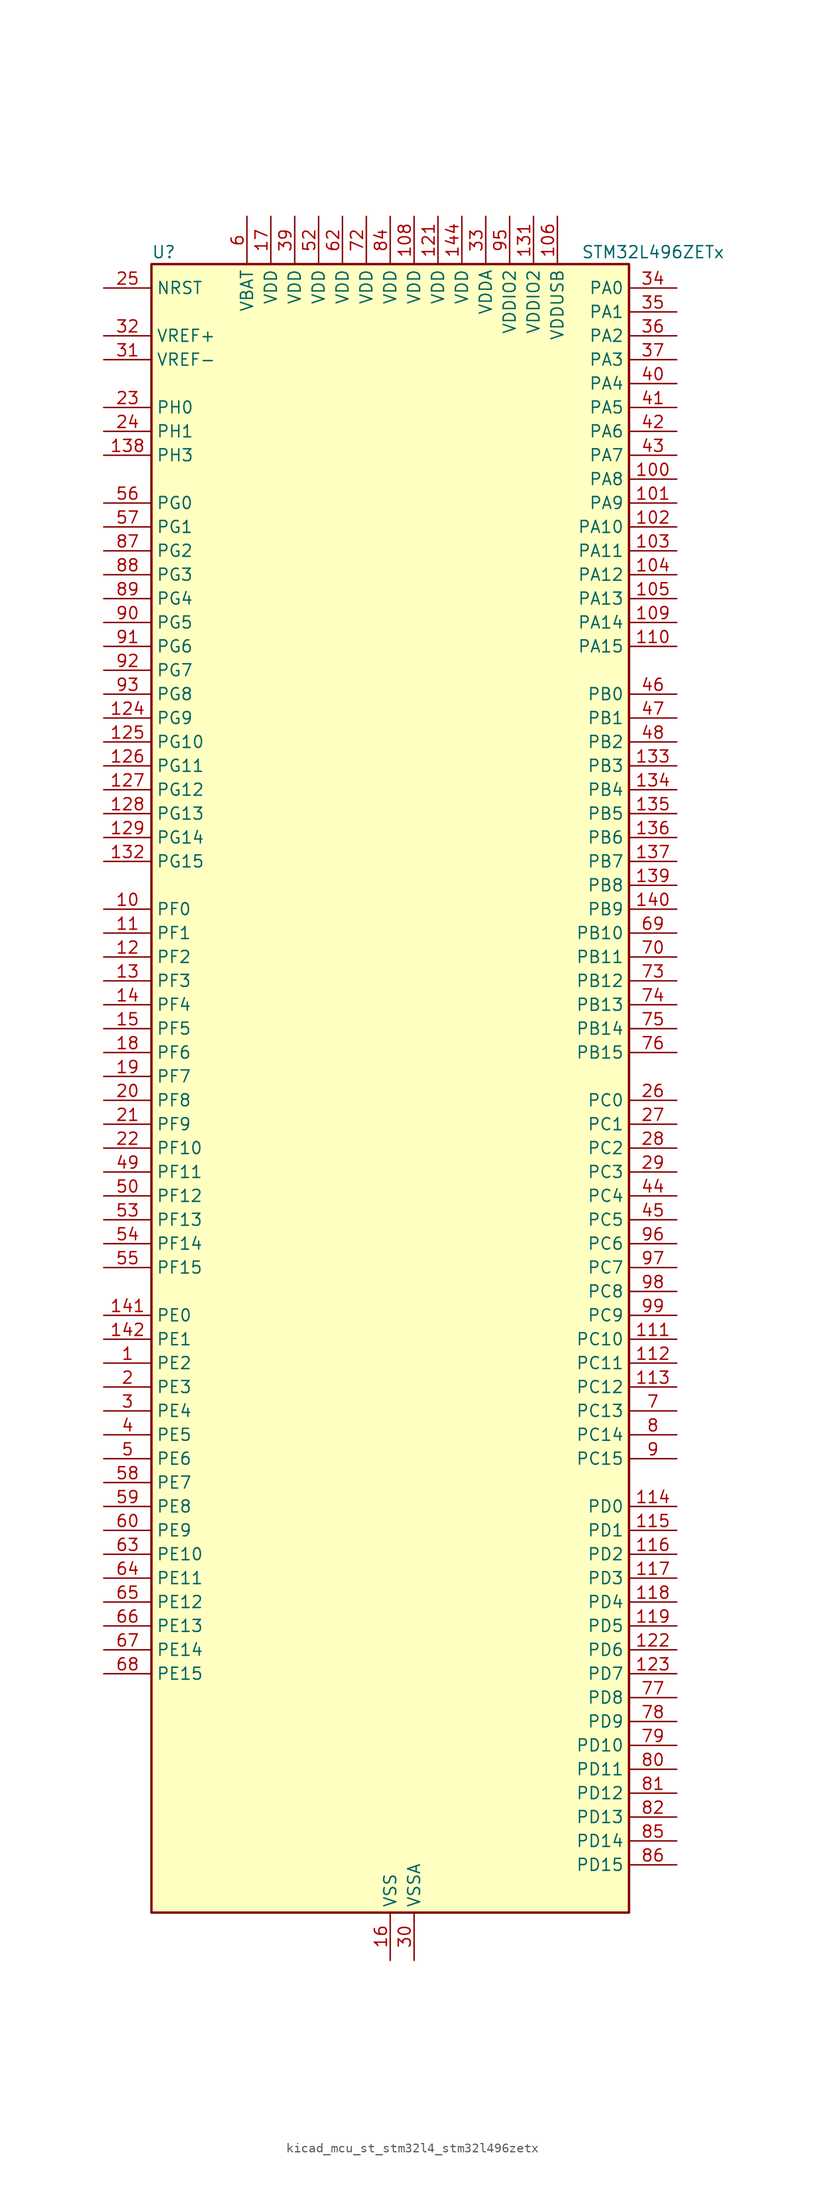
<source format=kicad_sym>
(kicad_symbol_lib
  (version 20220914)
  (generator kicad_symbol_editor)
  (symbol "kicad_mcu_st_stm32l4_stm32l496zetx"
    (property "Reference" "U"
      (at -25.4 90.17 0)
      (effects (font (size 1.27 1.27)) (justify left)))
    (property "Value" "STM32L496ZETx"
      (at 20.32 90.17 0)
      (effects (font (size 1.27 1.27)) (justify left)))
    (property "ki_locked" ""
      (at 0 0 0)
      (effects (font (size 1.27 1.27))))
    (symbol "kicad_mcu_st_stm32l4_stm32l496zetx_0_1"
      (rectangle (start -25.4 -86.36) (end 25.4 88.9) (stroke (width 0.254) (type default)) (fill (type background))))
    (symbol "kicad_mcu_st_stm32l4_stm32l496zetx_1_1"
      (pin bidirectional line (at -30.48 -27.94 0) (length 5.08) (name "PE2" (effects (font (size 1.27 1.27)))) (number "1" (effects (font (size 1.27 1.27)))) (alternate "FMC_A23" bidirectional line) (alternate "LCD_SEG38" bidirectional line) (alternate "SAI1_MCLK_A" bidirectional line) (alternate "SYS_TRACECLK" bidirectional line) (alternate "TIM3_ETR" bidirectional line) (alternate "TSC_G7_IO1" bidirectional line))
      (pin bidirectional line (at -30.48 20.32 0) (length 5.08) (name "PF0" (effects (font (size 1.27 1.27)))) (number "10" (effects (font (size 1.27 1.27)))) (alternate "FMC_A0" bidirectional line) (alternate "I2C2_SDA" bidirectional line))
      (pin bidirectional line (at 30.48 66.04 180) (length 5.08) (name "PA8" (effects (font (size 1.27 1.27)))) (number "100" (effects (font (size 1.27 1.27)))) (alternate "LCD_COM0" bidirectional line) (alternate "LPTIM2_OUT" bidirectional line) (alternate "RCC_MCO" bidirectional line) (alternate "SAI1_SCK_A" bidirectional line) (alternate "SWPMI1_IO" bidirectional line) (alternate "TIM1_CH1" bidirectional line) (alternate "USART1_CK" bidirectional line) (alternate "USB_OTG_FS_SOF" bidirectional line))
      (pin bidirectional line (at 30.48 63.5 180) (length 5.08) (name "PA9" (effects (font (size 1.27 1.27)))) (number "101" (effects (font (size 1.27 1.27)))) (alternate "DAC1_EXTI9" bidirectional line) (alternate "DCMI_D0" bidirectional line) (alternate "LCD_COM1" bidirectional line) (alternate "SAI1_FS_A" bidirectional line) (alternate "SPI2_SCK" bidirectional line) (alternate "TIM15_BKIN" bidirectional line) (alternate "TIM1_CH2" bidirectional line) (alternate "USART1_TX" bidirectional line) (alternate "USB_OTG_FS_VBUS" bidirectional line))
      (pin bidirectional line (at 30.48 60.96 180) (length 5.08) (name "PA10" (effects (font (size 1.27 1.27)))) (number "102" (effects (font (size 1.27 1.27)))) (alternate "DCMI_D1" bidirectional line) (alternate "LCD_COM2" bidirectional line) (alternate "SAI1_SD_A" bidirectional line) (alternate "TIM17_BKIN" bidirectional line) (alternate "TIM1_CH3" bidirectional line) (alternate "USART1_RX" bidirectional line) (alternate "USB_OTG_FS_ID" bidirectional line))
      (pin bidirectional line (at 30.48 58.42 180) (length 5.08) (name "PA11" (effects (font (size 1.27 1.27)))) (number "103" (effects (font (size 1.27 1.27)))) (alternate "ADC1_EXTI11" bidirectional line) (alternate "ADC2_EXTI11" bidirectional line) (alternate "ADC3_EXTI11" bidirectional line) (alternate "CAN1_RX" bidirectional line) (alternate "SPI1_MISO" bidirectional line) (alternate "TIM1_BKIN2" bidirectional line) (alternate "TIM1_BKIN2_COMP1" bidirectional line) (alternate "TIM1_CH4" bidirectional line) (alternate "USART1_CTS" bidirectional line) (alternate "USB_OTG_FS_DM" bidirectional line))
      (pin bidirectional line (at 30.48 55.88 180) (length 5.08) (name "PA12" (effects (font (size 1.27 1.27)))) (number "104" (effects (font (size 1.27 1.27)))) (alternate "CAN1_TX" bidirectional line) (alternate "SPI1_MOSI" bidirectional line) (alternate "TIM1_ETR" bidirectional line) (alternate "USART1_DE" bidirectional line) (alternate "USART1_RTS" bidirectional line) (alternate "USB_OTG_FS_DP" bidirectional line))
      (pin bidirectional line (at 30.48 53.34 180) (length 5.08) (name "PA13" (effects (font (size 1.27 1.27)))) (number "105" (effects (font (size 1.27 1.27)))) (alternate "IR_OUT" bidirectional line) (alternate "SAI1_SD_B" bidirectional line) (alternate "SWPMI1_TX" bidirectional line) (alternate "SYS_JTMS-SWDIO" bidirectional line) (alternate "USB_OTG_FS_NOE" bidirectional line))
      (pin power_in line (at 17.78 93.98 270) (length 5.08) (name "VDDUSB" (effects (font (size 1.27 1.27)))) (number "106" (effects (font (size 1.27 1.27)))))
      (pin passive line (at 0 -91.44 90) (length 5.08) hide (name "VSS" (effects (font (size 1.27 1.27)))) (number "107" (effects (font (size 1.27 1.27)))))
      (pin power_in line (at 2.54 93.98 270) (length 5.08) (name "VDD" (effects (font (size 1.27 1.27)))) (number "108" (effects (font (size 1.27 1.27)))))
      (pin bidirectional line (at 30.48 50.8 180) (length 5.08) (name "PA14" (effects (font (size 1.27 1.27)))) (number "109" (effects (font (size 1.27 1.27)))) (alternate "I2C1_SMBA" bidirectional line) (alternate "I2C4_SMBA" bidirectional line) (alternate "LPTIM1_OUT" bidirectional line) (alternate "SAI1_FS_B" bidirectional line) (alternate "SWPMI1_RX" bidirectional line) (alternate "SYS_JTCK-SWCLK" bidirectional line) (alternate "USB_OTG_FS_SOF" bidirectional line))
      (pin bidirectional line (at -30.48 17.78 0) (length 5.08) (name "PF1" (effects (font (size 1.27 1.27)))) (number "11" (effects (font (size 1.27 1.27)))) (alternate "FMC_A1" bidirectional line) (alternate "I2C2_SCL" bidirectional line))
      (pin bidirectional line (at 30.48 48.26 180) (length 5.08) (name "PA15" (effects (font (size 1.27 1.27)))) (number "110" (effects (font (size 1.27 1.27)))) (alternate "ADC1_EXTI15" bidirectional line) (alternate "ADC2_EXTI15" bidirectional line) (alternate "ADC3_EXTI15" bidirectional line) (alternate "LCD_SEG17" bidirectional line) (alternate "SAI2_FS_B" bidirectional line) (alternate "SPI1_NSS" bidirectional line) (alternate "SPI3_NSS" bidirectional line) (alternate "SWPMI1_SUSPEND" bidirectional line) (alternate "SYS_JTDI" bidirectional line) (alternate "TIM2_CH1" bidirectional line) (alternate "TIM2_ETR" bidirectional line) (alternate "TSC_G3_IO1" bidirectional line) (alternate "UART4_DE" bidirectional line) (alternate "UART4_RTS" bidirectional line) (alternate "USART2_RX" bidirectional line) (alternate "USART3_DE" bidirectional line) (alternate "USART3_RTS" bidirectional line))
      (pin bidirectional line (at 30.48 -25.4 180) (length 5.08) (name "PC10" (effects (font (size 1.27 1.27)))) (number "111" (effects (font (size 1.27 1.27)))) (alternate "DCMI_D8" bidirectional line) (alternate "LCD_COM4" bidirectional line) (alternate "LCD_SEG28" bidirectional line) (alternate "LCD_SEG40" bidirectional line) (alternate "SAI2_SCK_B" bidirectional line) (alternate "SDMMC1_D2" bidirectional line) (alternate "SPI3_SCK" bidirectional line) (alternate "SYS_TRACED1" bidirectional line) (alternate "TSC_G3_IO2" bidirectional line) (alternate "UART4_TX" bidirectional line) (alternate "USART3_TX" bidirectional line))
      (pin bidirectional line (at 30.48 -27.94 180) (length 5.08) (name "PC11" (effects (font (size 1.27 1.27)))) (number "112" (effects (font (size 1.27 1.27)))) (alternate "ADC1_EXTI11" bidirectional line) (alternate "ADC2_EXTI11" bidirectional line) (alternate "ADC3_EXTI11" bidirectional line) (alternate "DCMI_D4" bidirectional line) (alternate "LCD_COM5" bidirectional line) (alternate "LCD_SEG29" bidirectional line) (alternate "LCD_SEG41" bidirectional line) (alternate "QUADSPI_BK2_NCS" bidirectional line) (alternate "SAI2_MCLK_B" bidirectional line) (alternate "SDMMC1_D3" bidirectional line) (alternate "SPI3_MISO" bidirectional line) (alternate "TSC_G3_IO3" bidirectional line) (alternate "UART4_RX" bidirectional line) (alternate "USART3_RX" bidirectional line))
      (pin bidirectional line (at 30.48 -30.48 180) (length 5.08) (name "PC12" (effects (font (size 1.27 1.27)))) (number "113" (effects (font (size 1.27 1.27)))) (alternate "DCMI_D9" bidirectional line) (alternate "LCD_COM6" bidirectional line) (alternate "LCD_SEG30" bidirectional line) (alternate "LCD_SEG42" bidirectional line) (alternate "SAI2_SD_B" bidirectional line) (alternate "SDMMC1_CK" bidirectional line) (alternate "SPI3_MOSI" bidirectional line) (alternate "SYS_TRACED3" bidirectional line) (alternate "TSC_G3_IO4" bidirectional line) (alternate "UART5_TX" bidirectional line) (alternate "USART3_CK" bidirectional line))
      (pin bidirectional line (at 30.48 -43.18 180) (length 5.08) (name "PD0" (effects (font (size 1.27 1.27)))) (number "114" (effects (font (size 1.27 1.27)))) (alternate "CAN1_RX" bidirectional line) (alternate "DFSDM1_DATIN7" bidirectional line) (alternate "FMC_D2" bidirectional line) (alternate "FMC_DA2" bidirectional line) (alternate "SPI2_NSS" bidirectional line))
      (pin bidirectional line (at 30.48 -45.72 180) (length 5.08) (name "PD1" (effects (font (size 1.27 1.27)))) (number "115" (effects (font (size 1.27 1.27)))) (alternate "CAN1_TX" bidirectional line) (alternate "DFSDM1_CKIN7" bidirectional line) (alternate "FMC_D3" bidirectional line) (alternate "FMC_DA3" bidirectional line) (alternate "SPI2_SCK" bidirectional line))
      (pin bidirectional line (at 30.48 -48.26 180) (length 5.08) (name "PD2" (effects (font (size 1.27 1.27)))) (number "116" (effects (font (size 1.27 1.27)))) (alternate "DCMI_D11" bidirectional line) (alternate "LCD_COM7" bidirectional line) (alternate "LCD_SEG31" bidirectional line) (alternate "LCD_SEG43" bidirectional line) (alternate "SDMMC1_CMD" bidirectional line) (alternate "SYS_TRACED2" bidirectional line) (alternate "TIM3_ETR" bidirectional line) (alternate "TSC_SYNC" bidirectional line) (alternate "UART5_RX" bidirectional line) (alternate "USART3_DE" bidirectional line) (alternate "USART3_RTS" bidirectional line))
      (pin bidirectional line (at 30.48 -50.8 180) (length 5.08) (name "PD3" (effects (font (size 1.27 1.27)))) (number "117" (effects (font (size 1.27 1.27)))) (alternate "DCMI_D5" bidirectional line) (alternate "DFSDM1_DATIN0" bidirectional line) (alternate "FMC_CLK" bidirectional line) (alternate "QUADSPI_BK2_NCS" bidirectional line) (alternate "SPI2_MISO" bidirectional line) (alternate "SPI2_SCK" bidirectional line) (alternate "USART2_CTS" bidirectional line))
      (pin bidirectional line (at 30.48 -53.34 180) (length 5.08) (name "PD4" (effects (font (size 1.27 1.27)))) (number "118" (effects (font (size 1.27 1.27)))) (alternate "DFSDM1_CKIN0" bidirectional line) (alternate "FMC_NOE" bidirectional line) (alternate "QUADSPI_BK2_IO0" bidirectional line) (alternate "SPI2_MOSI" bidirectional line) (alternate "USART2_DE" bidirectional line) (alternate "USART2_RTS" bidirectional line))
      (pin bidirectional line (at 30.48 -55.88 180) (length 5.08) (name "PD5" (effects (font (size 1.27 1.27)))) (number "119" (effects (font (size 1.27 1.27)))) (alternate "FMC_NWE" bidirectional line) (alternate "QUADSPI_BK2_IO1" bidirectional line) (alternate "USART2_TX" bidirectional line))
      (pin bidirectional line (at -30.48 15.24 0) (length 5.08) (name "PF2" (effects (font (size 1.27 1.27)))) (number "12" (effects (font (size 1.27 1.27)))) (alternate "FMC_A2" bidirectional line) (alternate "I2C2_SMBA" bidirectional line))
      (pin passive line (at 0 -91.44 90) (length 5.08) hide (name "VSS" (effects (font (size 1.27 1.27)))) (number "120" (effects (font (size 1.27 1.27)))))
      (pin power_in line (at 5.08 93.98 270) (length 5.08) (name "VDD" (effects (font (size 1.27 1.27)))) (number "121" (effects (font (size 1.27 1.27)))))
      (pin bidirectional line (at 30.48 -58.42 180) (length 5.08) (name "PD6" (effects (font (size 1.27 1.27)))) (number "122" (effects (font (size 1.27 1.27)))) (alternate "DCMI_D10" bidirectional line) (alternate "DFSDM1_DATIN1" bidirectional line) (alternate "FMC_NWAIT" bidirectional line) (alternate "QUADSPI_BK2_IO1" bidirectional line) (alternate "QUADSPI_BK2_IO2" bidirectional line) (alternate "SAI1_SD_A" bidirectional line) (alternate "USART2_RX" bidirectional line))
      (pin bidirectional line (at 30.48 -60.96 180) (length 5.08) (name "PD7" (effects (font (size 1.27 1.27)))) (number "123" (effects (font (size 1.27 1.27)))) (alternate "DFSDM1_CKIN1" bidirectional line) (alternate "FMC_NE1" bidirectional line) (alternate "QUADSPI_BK2_IO3" bidirectional line) (alternate "USART2_CK" bidirectional line))
      (pin bidirectional line (at -30.48 40.64 0) (length 5.08) (name "PG9" (effects (font (size 1.27 1.27)))) (number "124" (effects (font (size 1.27 1.27)))) (alternate "DAC1_EXTI9" bidirectional line) (alternate "FMC_NCE" bidirectional line) (alternate "FMC_NE2" bidirectional line) (alternate "SAI2_SCK_A" bidirectional line) (alternate "SPI3_SCK" bidirectional line) (alternate "TIM15_CH1N" bidirectional line) (alternate "USART1_TX" bidirectional line))
      (pin bidirectional line (at -30.48 38.1 0) (length 5.08) (name "PG10" (effects (font (size 1.27 1.27)))) (number "125" (effects (font (size 1.27 1.27)))) (alternate "FMC_NE3" bidirectional line) (alternate "LPTIM1_IN1" bidirectional line) (alternate "SAI2_FS_A" bidirectional line) (alternate "SPI3_MISO" bidirectional line) (alternate "TIM15_CH1" bidirectional line) (alternate "USART1_RX" bidirectional line))
      (pin bidirectional line (at -30.48 35.56 0) (length 5.08) (name "PG11" (effects (font (size 1.27 1.27)))) (number "126" (effects (font (size 1.27 1.27)))) (alternate "ADC1_EXTI11" bidirectional line) (alternate "ADC2_EXTI11" bidirectional line) (alternate "ADC3_EXTI11" bidirectional line) (alternate "LPTIM1_IN2" bidirectional line) (alternate "SAI2_MCLK_A" bidirectional line) (alternate "SPI3_MOSI" bidirectional line) (alternate "TIM15_CH2" bidirectional line) (alternate "USART1_CTS" bidirectional line))
      (pin bidirectional line (at -30.48 33.02 0) (length 5.08) (name "PG12" (effects (font (size 1.27 1.27)))) (number "127" (effects (font (size 1.27 1.27)))) (alternate "FMC_NE4" bidirectional line) (alternate "LPTIM1_ETR" bidirectional line) (alternate "SAI2_SD_A" bidirectional line) (alternate "SPI3_NSS" bidirectional line) (alternate "USART1_DE" bidirectional line) (alternate "USART1_RTS" bidirectional line))
      (pin bidirectional line (at -30.48 30.48 0) (length 5.08) (name "PG13" (effects (font (size 1.27 1.27)))) (number "128" (effects (font (size 1.27 1.27)))) (alternate "FMC_A24" bidirectional line) (alternate "I2C1_SDA" bidirectional line) (alternate "USART1_CK" bidirectional line))
      (pin bidirectional line (at -30.48 27.94 0) (length 5.08) (name "PG14" (effects (font (size 1.27 1.27)))) (number "129" (effects (font (size 1.27 1.27)))) (alternate "FMC_A25" bidirectional line) (alternate "I2C1_SCL" bidirectional line))
      (pin bidirectional line (at -30.48 12.7 0) (length 5.08) (name "PF3" (effects (font (size 1.27 1.27)))) (number "13" (effects (font (size 1.27 1.27)))) (alternate "ADC3_IN6" bidirectional line) (alternate "FMC_A3" bidirectional line))
      (pin passive line (at 0 -91.44 90) (length 5.08) hide (name "VSS" (effects (font (size 1.27 1.27)))) (number "130" (effects (font (size 1.27 1.27)))))
      (pin power_in line (at 15.24 93.98 270) (length 5.08) (name "VDDIO2" (effects (font (size 1.27 1.27)))) (number "131" (effects (font (size 1.27 1.27)))))
      (pin bidirectional line (at -30.48 25.4 0) (length 5.08) (name "PG15" (effects (font (size 1.27 1.27)))) (number "132" (effects (font (size 1.27 1.27)))) (alternate "ADC1_EXTI15" bidirectional line) (alternate "ADC2_EXTI15" bidirectional line) (alternate "ADC3_EXTI15" bidirectional line) (alternate "DCMI_D13" bidirectional line) (alternate "I2C1_SMBA" bidirectional line) (alternate "LPTIM1_OUT" bidirectional line))
      (pin bidirectional line (at 30.48 35.56 180) (length 5.08) (name "PB3" (effects (font (size 1.27 1.27)))) (number "133" (effects (font (size 1.27 1.27)))) (alternate "COMP2_INM" bidirectional line) (alternate "CRS_SYNC" bidirectional line) (alternate "LCD_SEG7" bidirectional line) (alternate "SAI1_SCK_B" bidirectional line) (alternate "SPI1_SCK" bidirectional line) (alternate "SPI3_SCK" bidirectional line) (alternate "SYS_JTDO-SWO" bidirectional line) (alternate "TIM2_CH2" bidirectional line) (alternate "USART1_DE" bidirectional line) (alternate "USART1_RTS" bidirectional line))
      (pin bidirectional line (at 30.48 33.02 180) (length 5.08) (name "PB4" (effects (font (size 1.27 1.27)))) (number "134" (effects (font (size 1.27 1.27)))) (alternate "COMP2_INP" bidirectional line) (alternate "DCMI_D12" bidirectional line) (alternate "I2C3_SDA" bidirectional line) (alternate "LCD_SEG8" bidirectional line) (alternate "SAI1_MCLK_B" bidirectional line) (alternate "SPI1_MISO" bidirectional line) (alternate "SPI3_MISO" bidirectional line) (alternate "SYS_JTRST" bidirectional line) (alternate "TIM17_BKIN" bidirectional line) (alternate "TIM3_CH1" bidirectional line) (alternate "TSC_G2_IO1" bidirectional line) (alternate "UART5_DE" bidirectional line) (alternate "UART5_RTS" bidirectional line) (alternate "USART1_CTS" bidirectional line))
      (pin bidirectional line (at 30.48 30.48 180) (length 5.08) (name "PB5" (effects (font (size 1.27 1.27)))) (number "135" (effects (font (size 1.27 1.27)))) (alternate "CAN2_RX" bidirectional line) (alternate "COMP2_OUT" bidirectional line) (alternate "DCMI_D10" bidirectional line) (alternate "I2C1_SMBA" bidirectional line) (alternate "LCD_SEG9" bidirectional line) (alternate "LPTIM1_IN1" bidirectional line) (alternate "SAI1_SD_B" bidirectional line) (alternate "SPI1_MOSI" bidirectional line) (alternate "SPI3_MOSI" bidirectional line) (alternate "TIM16_BKIN" bidirectional line) (alternate "TIM3_CH2" bidirectional line) (alternate "TSC_G2_IO2" bidirectional line) (alternate "UART5_CTS" bidirectional line) (alternate "USART1_CK" bidirectional line))
      (pin bidirectional line (at 30.48 27.94 180) (length 5.08) (name "PB6" (effects (font (size 1.27 1.27)))) (number "136" (effects (font (size 1.27 1.27)))) (alternate "CAN2_TX" bidirectional line) (alternate "COMP2_INP" bidirectional line) (alternate "DCMI_D5" bidirectional line) (alternate "DFSDM1_DATIN5" bidirectional line) (alternate "I2C1_SCL" bidirectional line) (alternate "I2C4_SCL" bidirectional line) (alternate "LPTIM1_ETR" bidirectional line) (alternate "SAI1_FS_B" bidirectional line) (alternate "TIM16_CH1N" bidirectional line) (alternate "TIM4_CH1" bidirectional line) (alternate "TIM8_BKIN2" bidirectional line) (alternate "TIM8_BKIN2_COMP2" bidirectional line) (alternate "TSC_G2_IO3" bidirectional line) (alternate "USART1_TX" bidirectional line))
      (pin bidirectional line (at 30.48 25.4 180) (length 5.08) (name "PB7" (effects (font (size 1.27 1.27)))) (number "137" (effects (font (size 1.27 1.27)))) (alternate "COMP2_INM" bidirectional line) (alternate "DCMI_VSYNC" bidirectional line) (alternate "DFSDM1_CKIN5" bidirectional line) (alternate "FMC_NL" bidirectional line) (alternate "I2C1_SDA" bidirectional line) (alternate "I2C4_SDA" bidirectional line) (alternate "LCD_SEG21" bidirectional line) (alternate "LPTIM1_IN2" bidirectional line) (alternate "SYS_PVD_IN" bidirectional line) (alternate "TIM17_CH1N" bidirectional line) (alternate "TIM4_CH2" bidirectional line) (alternate "TIM8_BKIN" bidirectional line) (alternate "TIM8_BKIN_COMP1" bidirectional line) (alternate "TSC_G2_IO4" bidirectional line) (alternate "UART4_CTS" bidirectional line) (alternate "USART1_RX" bidirectional line))
      (pin bidirectional line (at -30.48 68.58 0) (length 5.08) (name "PH3" (effects (font (size 1.27 1.27)))) (number "138" (effects (font (size 1.27 1.27)))))
      (pin bidirectional line (at 30.48 22.86 180) (length 5.08) (name "PB8" (effects (font (size 1.27 1.27)))) (number "139" (effects (font (size 1.27 1.27)))) (alternate "CAN1_RX" bidirectional line) (alternate "DCMI_D6" bidirectional line) (alternate "DFSDM1_DATIN6" bidirectional line) (alternate "I2C1_SCL" bidirectional line) (alternate "LCD_SEG16" bidirectional line) (alternate "SAI1_MCLK_A" bidirectional line) (alternate "SDMMC1_D4" bidirectional line) (alternate "TIM16_CH1" bidirectional line) (alternate "TIM4_CH3" bidirectional line))
      (pin bidirectional line (at -30.48 10.16 0) (length 5.08) (name "PF4" (effects (font (size 1.27 1.27)))) (number "14" (effects (font (size 1.27 1.27)))) (alternate "ADC3_IN7" bidirectional line) (alternate "FMC_A4" bidirectional line))
      (pin bidirectional line (at 30.48 20.32 180) (length 5.08) (name "PB9" (effects (font (size 1.27 1.27)))) (number "140" (effects (font (size 1.27 1.27)))) (alternate "CAN1_TX" bidirectional line) (alternate "DAC1_EXTI9" bidirectional line) (alternate "DCMI_D7" bidirectional line) (alternate "DFSDM1_CKIN6" bidirectional line) (alternate "I2C1_SDA" bidirectional line) (alternate "IR_OUT" bidirectional line) (alternate "LCD_COM3" bidirectional line) (alternate "SAI1_FS_A" bidirectional line) (alternate "SDMMC1_D5" bidirectional line) (alternate "SPI2_NSS" bidirectional line) (alternate "TIM17_CH1" bidirectional line) (alternate "TIM4_CH4" bidirectional line))
      (pin bidirectional line (at -30.48 -22.86 0) (length 5.08) (name "PE0" (effects (font (size 1.27 1.27)))) (number "141" (effects (font (size 1.27 1.27)))) (alternate "DCMI_D2" bidirectional line) (alternate "FMC_NBL0" bidirectional line) (alternate "LCD_SEG36" bidirectional line) (alternate "TIM16_CH1" bidirectional line) (alternate "TIM4_ETR" bidirectional line))
      (pin bidirectional line (at -30.48 -25.4 0) (length 5.08) (name "PE1" (effects (font (size 1.27 1.27)))) (number "142" (effects (font (size 1.27 1.27)))) (alternate "DCMI_D3" bidirectional line) (alternate "FMC_NBL1" bidirectional line) (alternate "LCD_SEG37" bidirectional line) (alternate "TIM17_CH1" bidirectional line))
      (pin passive line (at 0 -91.44 90) (length 5.08) hide (name "VSS" (effects (font (size 1.27 1.27)))) (number "143" (effects (font (size 1.27 1.27)))))
      (pin power_in line (at 7.62 93.98 270) (length 5.08) (name "VDD" (effects (font (size 1.27 1.27)))) (number "144" (effects (font (size 1.27 1.27)))))
      (pin bidirectional line (at -30.48 7.62 0) (length 5.08) (name "PF5" (effects (font (size 1.27 1.27)))) (number "15" (effects (font (size 1.27 1.27)))) (alternate "ADC3_IN8" bidirectional line) (alternate "FMC_A5" bidirectional line))
      (pin power_in line (at 0 -91.44 90) (length 5.08) (name "VSS" (effects (font (size 1.27 1.27)))) (number "16" (effects (font (size 1.27 1.27)))))
      (pin power_in line (at -12.7 93.98 270) (length 5.08) (name "VDD" (effects (font (size 1.27 1.27)))) (number "17" (effects (font (size 1.27 1.27)))))
      (pin bidirectional line (at -30.48 5.08 0) (length 5.08) (name "PF6" (effects (font (size 1.27 1.27)))) (number "18" (effects (font (size 1.27 1.27)))) (alternate "ADC3_IN9" bidirectional line) (alternate "QUADSPI_BK1_IO3" bidirectional line) (alternate "SAI1_SD_B" bidirectional line) (alternate "TIM5_CH1" bidirectional line) (alternate "TIM5_ETR" bidirectional line))
      (pin bidirectional line (at -30.48 2.54 0) (length 5.08) (name "PF7" (effects (font (size 1.27 1.27)))) (number "19" (effects (font (size 1.27 1.27)))) (alternate "ADC3_IN10" bidirectional line) (alternate "QUADSPI_BK1_IO2" bidirectional line) (alternate "SAI1_MCLK_B" bidirectional line) (alternate "TIM5_CH2" bidirectional line))
      (pin bidirectional line (at -30.48 -30.48 0) (length 5.08) (name "PE3" (effects (font (size 1.27 1.27)))) (number "2" (effects (font (size 1.27 1.27)))) (alternate "FMC_A19" bidirectional line) (alternate "LCD_SEG39" bidirectional line) (alternate "SAI1_SD_B" bidirectional line) (alternate "SYS_TRACED0" bidirectional line) (alternate "TIM3_CH1" bidirectional line) (alternate "TSC_G7_IO2" bidirectional line))
      (pin bidirectional line (at -30.48 0 0) (length 5.08) (name "PF8" (effects (font (size 1.27 1.27)))) (number "20" (effects (font (size 1.27 1.27)))) (alternate "ADC3_IN11" bidirectional line) (alternate "QUADSPI_BK1_IO0" bidirectional line) (alternate "SAI1_SCK_B" bidirectional line) (alternate "TIM5_CH3" bidirectional line))
      (pin bidirectional line (at -30.48 -2.54 0) (length 5.08) (name "PF9" (effects (font (size 1.27 1.27)))) (number "21" (effects (font (size 1.27 1.27)))) (alternate "ADC3_IN12" bidirectional line) (alternate "DAC1_EXTI9" bidirectional line) (alternate "QUADSPI_BK1_IO1" bidirectional line) (alternate "SAI1_FS_B" bidirectional line) (alternate "TIM15_CH1" bidirectional line) (alternate "TIM5_CH4" bidirectional line))
      (pin bidirectional line (at -30.48 -5.08 0) (length 5.08) (name "PF10" (effects (font (size 1.27 1.27)))) (number "22" (effects (font (size 1.27 1.27)))) (alternate "ADC3_IN13" bidirectional line) (alternate "DCMI_D11" bidirectional line) (alternate "QUADSPI_CLK" bidirectional line) (alternate "TIM15_CH2" bidirectional line))
      (pin bidirectional line (at -30.48 73.66 0) (length 5.08) (name "PH0" (effects (font (size 1.27 1.27)))) (number "23" (effects (font (size 1.27 1.27)))) (alternate "RCC_OSC_IN" bidirectional line))
      (pin bidirectional line (at -30.48 71.12 0) (length 5.08) (name "PH1" (effects (font (size 1.27 1.27)))) (number "24" (effects (font (size 1.27 1.27)))) (alternate "RCC_OSC_OUT" bidirectional line))
      (pin input line (at -30.48 86.36 0) (length 5.08) (name "NRST" (effects (font (size 1.27 1.27)))) (number "25" (effects (font (size 1.27 1.27)))))
      (pin bidirectional line (at 30.48 0 180) (length 5.08) (name "PC0" (effects (font (size 1.27 1.27)))) (number "26" (effects (font (size 1.27 1.27)))) (alternate "ADC1_IN1" bidirectional line) (alternate "ADC2_IN1" bidirectional line) (alternate "ADC3_IN1" bidirectional line) (alternate "DFSDM1_DATIN4" bidirectional line) (alternate "I2C3_SCL" bidirectional line) (alternate "I2C4_SCL" bidirectional line) (alternate "LCD_SEG18" bidirectional line) (alternate "LPTIM1_IN1" bidirectional line) (alternate "LPTIM2_IN1" bidirectional line) (alternate "LPUART1_RX" bidirectional line))
      (pin bidirectional line (at 30.48 -2.54 180) (length 5.08) (name "PC1" (effects (font (size 1.27 1.27)))) (number "27" (effects (font (size 1.27 1.27)))) (alternate "ADC1_IN2" bidirectional line) (alternate "ADC2_IN2" bidirectional line) (alternate "ADC3_IN2" bidirectional line) (alternate "DFSDM1_CKIN4" bidirectional line) (alternate "I2C3_SDA" bidirectional line) (alternate "I2C4_SDA" bidirectional line) (alternate "LCD_SEG19" bidirectional line) (alternate "LPTIM1_OUT" bidirectional line) (alternate "LPUART1_TX" bidirectional line) (alternate "QUADSPI_BK2_IO0" bidirectional line) (alternate "SAI1_SD_A" bidirectional line) (alternate "SPI2_MOSI" bidirectional line) (alternate "SYS_TRACED0" bidirectional line))
      (pin bidirectional line (at 30.48 -5.08 180) (length 5.08) (name "PC2" (effects (font (size 1.27 1.27)))) (number "28" (effects (font (size 1.27 1.27)))) (alternate "ADC1_IN3" bidirectional line) (alternate "ADC2_IN3" bidirectional line) (alternate "ADC3_IN3" bidirectional line) (alternate "DFSDM1_CKOUT" bidirectional line) (alternate "LCD_SEG20" bidirectional line) (alternate "LPTIM1_IN2" bidirectional line) (alternate "QUADSPI_BK2_IO1" bidirectional line) (alternate "SPI2_MISO" bidirectional line))
      (pin bidirectional line (at 30.48 -7.62 180) (length 5.08) (name "PC3" (effects (font (size 1.27 1.27)))) (number "29" (effects (font (size 1.27 1.27)))) (alternate "ADC1_IN4" bidirectional line) (alternate "ADC2_IN4" bidirectional line) (alternate "ADC3_IN4" bidirectional line) (alternate "LCD_VLCD" bidirectional line) (alternate "LPTIM1_ETR" bidirectional line) (alternate "LPTIM2_ETR" bidirectional line) (alternate "QUADSPI_BK2_IO2" bidirectional line) (alternate "SAI1_SD_A" bidirectional line) (alternate "SPI2_MOSI" bidirectional line))
      (pin bidirectional line (at -30.48 -33.02 0) (length 5.08) (name "PE4" (effects (font (size 1.27 1.27)))) (number "3" (effects (font (size 1.27 1.27)))) (alternate "DCMI_D4" bidirectional line) (alternate "DFSDM1_DATIN3" bidirectional line) (alternate "FMC_A20" bidirectional line) (alternate "SAI1_FS_A" bidirectional line) (alternate "SYS_TRACED1" bidirectional line) (alternate "TIM3_CH2" bidirectional line) (alternate "TSC_G7_IO3" bidirectional line))
      (pin power_in line (at 2.54 -91.44 90) (length 5.08) (name "VSSA" (effects (font (size 1.27 1.27)))) (number "30" (effects (font (size 1.27 1.27)))))
      (pin input line (at -30.48 78.74 0) (length 5.08) (name "VREF-" (effects (font (size 1.27 1.27)))) (number "31" (effects (font (size 1.27 1.27)))))
      (pin input line (at -30.48 81.28 0) (length 5.08) (name "VREF+" (effects (font (size 1.27 1.27)))) (number "32" (effects (font (size 1.27 1.27)))) (alternate "VREFBUF_OUT" bidirectional line))
      (pin power_in line (at 10.16 93.98 270) (length 5.08) (name "VDDA" (effects (font (size 1.27 1.27)))) (number "33" (effects (font (size 1.27 1.27)))))
      (pin bidirectional line (at 30.48 86.36 180) (length 5.08) (name "PA0" (effects (font (size 1.27 1.27)))) (number "34" (effects (font (size 1.27 1.27)))) (alternate "ADC1_IN5" bidirectional line) (alternate "ADC2_IN5" bidirectional line) (alternate "OPAMP1_VINP" bidirectional line) (alternate "RTC_TAMP2" bidirectional line) (alternate "SAI1_EXTCLK" bidirectional line) (alternate "SYS_WKUP1" bidirectional line) (alternate "TIM2_CH1" bidirectional line) (alternate "TIM2_ETR" bidirectional line) (alternate "TIM5_CH1" bidirectional line) (alternate "TIM8_ETR" bidirectional line) (alternate "UART4_TX" bidirectional line) (alternate "USART2_CTS" bidirectional line))
      (pin bidirectional line (at 30.48 83.82 180) (length 5.08) (name "PA1" (effects (font (size 1.27 1.27)))) (number "35" (effects (font (size 1.27 1.27)))) (alternate "ADC1_IN6" bidirectional line) (alternate "ADC2_IN6" bidirectional line) (alternate "I2C1_SMBA" bidirectional line) (alternate "LCD_SEG0" bidirectional line) (alternate "OPAMP1_VINM" bidirectional line) (alternate "SPI1_SCK" bidirectional line) (alternate "TIM15_CH1N" bidirectional line) (alternate "TIM2_CH2" bidirectional line) (alternate "TIM5_CH2" bidirectional line) (alternate "UART4_RX" bidirectional line) (alternate "USART2_DE" bidirectional line) (alternate "USART2_RTS" bidirectional line))
      (pin bidirectional line (at 30.48 81.28 180) (length 5.08) (name "PA2" (effects (font (size 1.27 1.27)))) (number "36" (effects (font (size 1.27 1.27)))) (alternate "ADC1_IN7" bidirectional line) (alternate "ADC2_IN7" bidirectional line) (alternate "LCD_SEG1" bidirectional line) (alternate "LPUART1_TX" bidirectional line) (alternate "QUADSPI_BK1_NCS" bidirectional line) (alternate "RCC_LSCO" bidirectional line) (alternate "SAI2_EXTCLK" bidirectional line) (alternate "SYS_WKUP4" bidirectional line) (alternate "TIM15_CH1" bidirectional line) (alternate "TIM2_CH3" bidirectional line) (alternate "TIM5_CH3" bidirectional line) (alternate "USART2_TX" bidirectional line))
      (pin bidirectional line (at 30.48 78.74 180) (length 5.08) (name "PA3" (effects (font (size 1.27 1.27)))) (number "37" (effects (font (size 1.27 1.27)))) (alternate "ADC1_IN8" bidirectional line) (alternate "ADC2_IN8" bidirectional line) (alternate "LCD_SEG2" bidirectional line) (alternate "LPUART1_RX" bidirectional line) (alternate "OPAMP1_VOUT" bidirectional line) (alternate "QUADSPI_CLK" bidirectional line) (alternate "SAI1_MCLK_A" bidirectional line) (alternate "TIM15_CH2" bidirectional line) (alternate "TIM2_CH4" bidirectional line) (alternate "TIM5_CH4" bidirectional line) (alternate "USART2_RX" bidirectional line))
      (pin passive line (at 0 -91.44 90) (length 5.08) hide (name "VSS" (effects (font (size 1.27 1.27)))) (number "38" (effects (font (size 1.27 1.27)))))
      (pin power_in line (at -10.16 93.98 270) (length 5.08) (name "VDD" (effects (font (size 1.27 1.27)))) (number "39" (effects (font (size 1.27 1.27)))))
      (pin bidirectional line (at -30.48 -35.56 0) (length 5.08) (name "PE5" (effects (font (size 1.27 1.27)))) (number "4" (effects (font (size 1.27 1.27)))) (alternate "DCMI_D6" bidirectional line) (alternate "DFSDM1_CKIN3" bidirectional line) (alternate "FMC_A21" bidirectional line) (alternate "SAI1_SCK_A" bidirectional line) (alternate "SYS_TRACED2" bidirectional line) (alternate "TIM3_CH3" bidirectional line) (alternate "TSC_G7_IO4" bidirectional line))
      (pin bidirectional line (at 30.48 76.2 180) (length 5.08) (name "PA4" (effects (font (size 1.27 1.27)))) (number "40" (effects (font (size 1.27 1.27)))) (alternate "ADC1_IN9" bidirectional line) (alternate "ADC2_IN9" bidirectional line) (alternate "DAC1_OUT1" bidirectional line) (alternate "DCMI_HSYNC" bidirectional line) (alternate "LPTIM2_OUT" bidirectional line) (alternate "SAI1_FS_B" bidirectional line) (alternate "SPI1_NSS" bidirectional line) (alternate "SPI3_NSS" bidirectional line) (alternate "USART2_CK" bidirectional line))
      (pin bidirectional line (at 30.48 73.66 180) (length 5.08) (name "PA5" (effects (font (size 1.27 1.27)))) (number "41" (effects (font (size 1.27 1.27)))) (alternate "ADC1_IN10" bidirectional line) (alternate "ADC2_IN10" bidirectional line) (alternate "DAC1_OUT2" bidirectional line) (alternate "LPTIM2_ETR" bidirectional line) (alternate "SPI1_SCK" bidirectional line) (alternate "TIM2_CH1" bidirectional line) (alternate "TIM2_ETR" bidirectional line) (alternate "TIM8_CH1N" bidirectional line))
      (pin bidirectional line (at 30.48 71.12 180) (length 5.08) (name "PA6" (effects (font (size 1.27 1.27)))) (number "42" (effects (font (size 1.27 1.27)))) (alternate "ADC1_IN11" bidirectional line) (alternate "ADC2_IN11" bidirectional line) (alternate "DCMI_PIXCLK" bidirectional line) (alternate "LCD_SEG3" bidirectional line) (alternate "LPUART1_CTS" bidirectional line) (alternate "OPAMP2_VINP" bidirectional line) (alternate "QUADSPI_BK1_IO3" bidirectional line) (alternate "SPI1_MISO" bidirectional line) (alternate "TIM16_CH1" bidirectional line) (alternate "TIM1_BKIN" bidirectional line) (alternate "TIM1_BKIN_COMP2" bidirectional line) (alternate "TIM3_CH1" bidirectional line) (alternate "TIM8_BKIN" bidirectional line) (alternate "TIM8_BKIN_COMP2" bidirectional line) (alternate "USART3_CTS" bidirectional line))
      (pin bidirectional line (at 30.48 68.58 180) (length 5.08) (name "PA7" (effects (font (size 1.27 1.27)))) (number "43" (effects (font (size 1.27 1.27)))) (alternate "ADC1_IN12" bidirectional line) (alternate "ADC2_IN12" bidirectional line) (alternate "I2C3_SCL" bidirectional line) (alternate "LCD_SEG4" bidirectional line) (alternate "OPAMP2_VINM" bidirectional line) (alternate "QUADSPI_BK1_IO2" bidirectional line) (alternate "SPI1_MOSI" bidirectional line) (alternate "TIM17_CH1" bidirectional line) (alternate "TIM1_CH1N" bidirectional line) (alternate "TIM3_CH2" bidirectional line) (alternate "TIM8_CH1N" bidirectional line))
      (pin bidirectional line (at 30.48 -10.16 180) (length 5.08) (name "PC4" (effects (font (size 1.27 1.27)))) (number "44" (effects (font (size 1.27 1.27)))) (alternate "ADC1_IN13" bidirectional line) (alternate "ADC2_IN13" bidirectional line) (alternate "COMP1_INM" bidirectional line) (alternate "LCD_SEG22" bidirectional line) (alternate "QUADSPI_BK2_IO3" bidirectional line) (alternate "USART3_TX" bidirectional line))
      (pin bidirectional line (at 30.48 -12.7 180) (length 5.08) (name "PC5" (effects (font (size 1.27 1.27)))) (number "45" (effects (font (size 1.27 1.27)))) (alternate "ADC1_IN14" bidirectional line) (alternate "ADC2_IN14" bidirectional line) (alternate "COMP1_INP" bidirectional line) (alternate "LCD_SEG23" bidirectional line) (alternate "SYS_WKUP5" bidirectional line) (alternate "USART3_RX" bidirectional line))
      (pin bidirectional line (at 30.48 43.18 180) (length 5.08) (name "PB0" (effects (font (size 1.27 1.27)))) (number "46" (effects (font (size 1.27 1.27)))) (alternate "ADC1_IN15" bidirectional line) (alternate "ADC2_IN15" bidirectional line) (alternate "COMP1_OUT" bidirectional line) (alternate "LCD_SEG5" bidirectional line) (alternate "OPAMP2_VOUT" bidirectional line) (alternate "QUADSPI_BK1_IO1" bidirectional line) (alternate "SAI1_EXTCLK" bidirectional line) (alternate "SPI1_NSS" bidirectional line) (alternate "TIM1_CH2N" bidirectional line) (alternate "TIM3_CH3" bidirectional line) (alternate "TIM8_CH2N" bidirectional line) (alternate "USART3_CK" bidirectional line))
      (pin bidirectional line (at 30.48 40.64 180) (length 5.08) (name "PB1" (effects (font (size 1.27 1.27)))) (number "47" (effects (font (size 1.27 1.27)))) (alternate "ADC1_IN16" bidirectional line) (alternate "ADC2_IN16" bidirectional line) (alternate "COMP1_INM" bidirectional line) (alternate "DFSDM1_DATIN0" bidirectional line) (alternate "LCD_SEG6" bidirectional line) (alternate "LPTIM2_IN1" bidirectional line) (alternate "LPUART1_DE" bidirectional line) (alternate "LPUART1_RTS" bidirectional line) (alternate "QUADSPI_BK1_IO0" bidirectional line) (alternate "TIM1_CH3N" bidirectional line) (alternate "TIM3_CH4" bidirectional line) (alternate "TIM8_CH3N" bidirectional line) (alternate "USART3_DE" bidirectional line) (alternate "USART3_RTS" bidirectional line))
      (pin bidirectional line (at 30.48 38.1 180) (length 5.08) (name "PB2" (effects (font (size 1.27 1.27)))) (number "48" (effects (font (size 1.27 1.27)))) (alternate "COMP1_INP" bidirectional line) (alternate "DFSDM1_CKIN0" bidirectional line) (alternate "I2C3_SMBA" bidirectional line) (alternate "LCD_VLCD" bidirectional line) (alternate "LPTIM1_OUT" bidirectional line) (alternate "RTC_OUT_ALARM" bidirectional line) (alternate "RTC_OUT_CALIB" bidirectional line))
      (pin bidirectional line (at -30.48 -7.62 0) (length 5.08) (name "PF11" (effects (font (size 1.27 1.27)))) (number "49" (effects (font (size 1.27 1.27)))) (alternate "ADC1_EXTI11" bidirectional line) (alternate "ADC2_EXTI11" bidirectional line) (alternate "ADC3_EXTI11" bidirectional line) (alternate "DCMI_D12" bidirectional line))
      (pin bidirectional line (at -30.48 -38.1 0) (length 5.08) (name "PE6" (effects (font (size 1.27 1.27)))) (number "5" (effects (font (size 1.27 1.27)))) (alternate "DCMI_D7" bidirectional line) (alternate "FMC_A22" bidirectional line) (alternate "RTC_TAMP3" bidirectional line) (alternate "SAI1_SD_A" bidirectional line) (alternate "SYS_TRACED3" bidirectional line) (alternate "SYS_WKUP3" bidirectional line) (alternate "TIM3_CH4" bidirectional line))
      (pin bidirectional line (at -30.48 -10.16 0) (length 5.08) (name "PF12" (effects (font (size 1.27 1.27)))) (number "50" (effects (font (size 1.27 1.27)))) (alternate "FMC_A6" bidirectional line))
      (pin passive line (at 0 -91.44 90) (length 5.08) hide (name "VSS" (effects (font (size 1.27 1.27)))) (number "51" (effects (font (size 1.27 1.27)))))
      (pin power_in line (at -7.62 93.98 270) (length 5.08) (name "VDD" (effects (font (size 1.27 1.27)))) (number "52" (effects (font (size 1.27 1.27)))))
      (pin bidirectional line (at -30.48 -12.7 0) (length 5.08) (name "PF13" (effects (font (size 1.27 1.27)))) (number "53" (effects (font (size 1.27 1.27)))) (alternate "DFSDM1_DATIN6" bidirectional line) (alternate "FMC_A7" bidirectional line) (alternate "I2C4_SMBA" bidirectional line))
      (pin bidirectional line (at -30.48 -15.24 0) (length 5.08) (name "PF14" (effects (font (size 1.27 1.27)))) (number "54" (effects (font (size 1.27 1.27)))) (alternate "DFSDM1_CKIN6" bidirectional line) (alternate "FMC_A8" bidirectional line) (alternate "I2C4_SCL" bidirectional line) (alternate "TSC_G8_IO1" bidirectional line))
      (pin bidirectional line (at -30.48 -17.78 0) (length 5.08) (name "PF15" (effects (font (size 1.27 1.27)))) (number "55" (effects (font (size 1.27 1.27)))) (alternate "ADC1_EXTI15" bidirectional line) (alternate "ADC2_EXTI15" bidirectional line) (alternate "ADC3_EXTI15" bidirectional line) (alternate "FMC_A9" bidirectional line) (alternate "I2C4_SDA" bidirectional line) (alternate "TSC_G8_IO2" bidirectional line))
      (pin bidirectional line (at -30.48 63.5 0) (length 5.08) (name "PG0" (effects (font (size 1.27 1.27)))) (number "56" (effects (font (size 1.27 1.27)))) (alternate "FMC_A10" bidirectional line) (alternate "TSC_G8_IO3" bidirectional line))
      (pin bidirectional line (at -30.48 60.96 0) (length 5.08) (name "PG1" (effects (font (size 1.27 1.27)))) (number "57" (effects (font (size 1.27 1.27)))) (alternate "FMC_A11" bidirectional line) (alternate "TSC_G8_IO4" bidirectional line))
      (pin bidirectional line (at -30.48 -40.64 0) (length 5.08) (name "PE7" (effects (font (size 1.27 1.27)))) (number "58" (effects (font (size 1.27 1.27)))) (alternate "DFSDM1_DATIN2" bidirectional line) (alternate "FMC_D4" bidirectional line) (alternate "FMC_DA4" bidirectional line) (alternate "SAI1_SD_B" bidirectional line) (alternate "TIM1_ETR" bidirectional line))
      (pin bidirectional line (at -30.48 -43.18 0) (length 5.08) (name "PE8" (effects (font (size 1.27 1.27)))) (number "59" (effects (font (size 1.27 1.27)))) (alternate "DFSDM1_CKIN2" bidirectional line) (alternate "FMC_D5" bidirectional line) (alternate "FMC_DA5" bidirectional line) (alternate "SAI1_SCK_B" bidirectional line) (alternate "TIM1_CH1N" bidirectional line))
      (pin power_in line (at -15.24 93.98 270) (length 5.08) (name "VBAT" (effects (font (size 1.27 1.27)))) (number "6" (effects (font (size 1.27 1.27)))))
      (pin bidirectional line (at -30.48 -45.72 0) (length 5.08) (name "PE9" (effects (font (size 1.27 1.27)))) (number "60" (effects (font (size 1.27 1.27)))) (alternate "DAC1_EXTI9" bidirectional line) (alternate "DFSDM1_CKOUT" bidirectional line) (alternate "FMC_D6" bidirectional line) (alternate "FMC_DA6" bidirectional line) (alternate "SAI1_FS_B" bidirectional line) (alternate "TIM1_CH1" bidirectional line))
      (pin passive line (at 0 -91.44 90) (length 5.08) hide (name "VSS" (effects (font (size 1.27 1.27)))) (number "61" (effects (font (size 1.27 1.27)))))
      (pin power_in line (at -5.08 93.98 270) (length 5.08) (name "VDD" (effects (font (size 1.27 1.27)))) (number "62" (effects (font (size 1.27 1.27)))))
      (pin bidirectional line (at -30.48 -48.26 0) (length 5.08) (name "PE10" (effects (font (size 1.27 1.27)))) (number "63" (effects (font (size 1.27 1.27)))) (alternate "DFSDM1_DATIN4" bidirectional line) (alternate "FMC_D7" bidirectional line) (alternate "FMC_DA7" bidirectional line) (alternate "QUADSPI_CLK" bidirectional line) (alternate "SAI1_MCLK_B" bidirectional line) (alternate "TIM1_CH2N" bidirectional line) (alternate "TSC_G5_IO1" bidirectional line))
      (pin bidirectional line (at -30.48 -50.8 0) (length 5.08) (name "PE11" (effects (font (size 1.27 1.27)))) (number "64" (effects (font (size 1.27 1.27)))) (alternate "ADC1_EXTI11" bidirectional line) (alternate "ADC2_EXTI11" bidirectional line) (alternate "ADC3_EXTI11" bidirectional line) (alternate "DFSDM1_CKIN4" bidirectional line) (alternate "FMC_D8" bidirectional line) (alternate "FMC_DA8" bidirectional line) (alternate "QUADSPI_BK1_NCS" bidirectional line) (alternate "TIM1_CH2" bidirectional line) (alternate "TSC_G5_IO2" bidirectional line))
      (pin bidirectional line (at -30.48 -53.34 0) (length 5.08) (name "PE12" (effects (font (size 1.27 1.27)))) (number "65" (effects (font (size 1.27 1.27)))) (alternate "DFSDM1_DATIN5" bidirectional line) (alternate "FMC_D9" bidirectional line) (alternate "FMC_DA9" bidirectional line) (alternate "QUADSPI_BK1_IO0" bidirectional line) (alternate "SPI1_NSS" bidirectional line) (alternate "TIM1_CH3N" bidirectional line) (alternate "TSC_G5_IO3" bidirectional line))
      (pin bidirectional line (at -30.48 -55.88 0) (length 5.08) (name "PE13" (effects (font (size 1.27 1.27)))) (number "66" (effects (font (size 1.27 1.27)))) (alternate "DFSDM1_CKIN5" bidirectional line) (alternate "FMC_D10" bidirectional line) (alternate "FMC_DA10" bidirectional line) (alternate "QUADSPI_BK1_IO1" bidirectional line) (alternate "SPI1_SCK" bidirectional line) (alternate "TIM1_CH3" bidirectional line) (alternate "TSC_G5_IO4" bidirectional line))
      (pin bidirectional line (at -30.48 -58.42 0) (length 5.08) (name "PE14" (effects (font (size 1.27 1.27)))) (number "67" (effects (font (size 1.27 1.27)))) (alternate "FMC_D11" bidirectional line) (alternate "FMC_DA11" bidirectional line) (alternate "QUADSPI_BK1_IO2" bidirectional line) (alternate "SPI1_MISO" bidirectional line) (alternate "TIM1_BKIN2" bidirectional line) (alternate "TIM1_BKIN2_COMP2" bidirectional line) (alternate "TIM1_CH4" bidirectional line))
      (pin bidirectional line (at -30.48 -60.96 0) (length 5.08) (name "PE15" (effects (font (size 1.27 1.27)))) (number "68" (effects (font (size 1.27 1.27)))) (alternate "ADC1_EXTI15" bidirectional line) (alternate "ADC2_EXTI15" bidirectional line) (alternate "ADC3_EXTI15" bidirectional line) (alternate "FMC_D12" bidirectional line) (alternate "FMC_DA12" bidirectional line) (alternate "QUADSPI_BK1_IO3" bidirectional line) (alternate "SPI1_MOSI" bidirectional line) (alternate "TIM1_BKIN" bidirectional line) (alternate "TIM1_BKIN_COMP1" bidirectional line))
      (pin bidirectional line (at 30.48 17.78 180) (length 5.08) (name "PB10" (effects (font (size 1.27 1.27)))) (number "69" (effects (font (size 1.27 1.27)))) (alternate "COMP1_OUT" bidirectional line) (alternate "DFSDM1_DATIN7" bidirectional line) (alternate "I2C2_SCL" bidirectional line) (alternate "I2C4_SCL" bidirectional line) (alternate "LCD_SEG10" bidirectional line) (alternate "LPUART1_RX" bidirectional line) (alternate "QUADSPI_CLK" bidirectional line) (alternate "SAI1_SCK_A" bidirectional line) (alternate "SPI2_SCK" bidirectional line) (alternate "TIM2_CH3" bidirectional line) (alternate "TSC_SYNC" bidirectional line) (alternate "USART3_TX" bidirectional line))
      (pin bidirectional line (at 30.48 -33.02 180) (length 5.08) (name "PC13" (effects (font (size 1.27 1.27)))) (number "7" (effects (font (size 1.27 1.27)))) (alternate "RTC_OUT_ALARM" bidirectional line) (alternate "RTC_OUT_CALIB" bidirectional line) (alternate "RTC_TAMP1" bidirectional line) (alternate "RTC_TS" bidirectional line) (alternate "SYS_WKUP2" bidirectional line))
      (pin bidirectional line (at 30.48 15.24 180) (length 5.08) (name "PB11" (effects (font (size 1.27 1.27)))) (number "70" (effects (font (size 1.27 1.27)))) (alternate "ADC1_EXTI11" bidirectional line) (alternate "ADC2_EXTI11" bidirectional line) (alternate "ADC3_EXTI11" bidirectional line) (alternate "COMP2_OUT" bidirectional line) (alternate "DFSDM1_CKIN7" bidirectional line) (alternate "I2C2_SDA" bidirectional line) (alternate "I2C4_SDA" bidirectional line) (alternate "LCD_SEG11" bidirectional line) (alternate "LPUART1_TX" bidirectional line) (alternate "QUADSPI_BK1_NCS" bidirectional line) (alternate "TIM2_CH4" bidirectional line) (alternate "USART3_RX" bidirectional line))
      (pin passive line (at 0 -91.44 90) (length 5.08) hide (name "VSS" (effects (font (size 1.27 1.27)))) (number "71" (effects (font (size 1.27 1.27)))))
      (pin power_in line (at -2.54 93.98 270) (length 5.08) (name "VDD" (effects (font (size 1.27 1.27)))) (number "72" (effects (font (size 1.27 1.27)))))
      (pin bidirectional line (at 30.48 12.7 180) (length 5.08) (name "PB12" (effects (font (size 1.27 1.27)))) (number "73" (effects (font (size 1.27 1.27)))) (alternate "CAN2_RX" bidirectional line) (alternate "DFSDM1_DATIN1" bidirectional line) (alternate "I2C2_SMBA" bidirectional line) (alternate "LCD_SEG12" bidirectional line) (alternate "LPUART1_DE" bidirectional line) (alternate "LPUART1_RTS" bidirectional line) (alternate "SAI2_FS_A" bidirectional line) (alternate "SPI2_NSS" bidirectional line) (alternate "SWPMI1_IO" bidirectional line) (alternate "TIM15_BKIN" bidirectional line) (alternate "TIM1_BKIN" bidirectional line) (alternate "TIM1_BKIN_COMP2" bidirectional line) (alternate "TSC_G1_IO1" bidirectional line) (alternate "USART3_CK" bidirectional line))
      (pin bidirectional line (at 30.48 10.16 180) (length 5.08) (name "PB13" (effects (font (size 1.27 1.27)))) (number "74" (effects (font (size 1.27 1.27)))) (alternate "CAN2_TX" bidirectional line) (alternate "DFSDM1_CKIN1" bidirectional line) (alternate "I2C2_SCL" bidirectional line) (alternate "LCD_SEG13" bidirectional line) (alternate "LPUART1_CTS" bidirectional line) (alternate "SAI2_SCK_A" bidirectional line) (alternate "SPI2_SCK" bidirectional line) (alternate "SWPMI1_TX" bidirectional line) (alternate "TIM15_CH1N" bidirectional line) (alternate "TIM1_CH1N" bidirectional line) (alternate "TSC_G1_IO2" bidirectional line) (alternate "USART3_CTS" bidirectional line))
      (pin bidirectional line (at 30.48 7.62 180) (length 5.08) (name "PB14" (effects (font (size 1.27 1.27)))) (number "75" (effects (font (size 1.27 1.27)))) (alternate "DFSDM1_DATIN2" bidirectional line) (alternate "I2C2_SDA" bidirectional line) (alternate "LCD_SEG14" bidirectional line) (alternate "SAI2_MCLK_A" bidirectional line) (alternate "SPI2_MISO" bidirectional line) (alternate "SWPMI1_RX" bidirectional line) (alternate "TIM15_CH1" bidirectional line) (alternate "TIM1_CH2N" bidirectional line) (alternate "TIM8_CH2N" bidirectional line) (alternate "TSC_G1_IO3" bidirectional line) (alternate "USART3_DE" bidirectional line) (alternate "USART3_RTS" bidirectional line))
      (pin bidirectional line (at 30.48 5.08 180) (length 5.08) (name "PB15" (effects (font (size 1.27 1.27)))) (number "76" (effects (font (size 1.27 1.27)))) (alternate "ADC1_EXTI15" bidirectional line) (alternate "ADC2_EXTI15" bidirectional line) (alternate "ADC3_EXTI15" bidirectional line) (alternate "DFSDM1_CKIN2" bidirectional line) (alternate "LCD_SEG15" bidirectional line) (alternate "RTC_REFIN" bidirectional line) (alternate "SAI2_SD_A" bidirectional line) (alternate "SPI2_MOSI" bidirectional line) (alternate "SWPMI1_SUSPEND" bidirectional line) (alternate "TIM15_CH2" bidirectional line) (alternate "TIM1_CH3N" bidirectional line) (alternate "TIM8_CH3N" bidirectional line) (alternate "TSC_G1_IO4" bidirectional line))
      (pin bidirectional line (at 30.48 -63.5 180) (length 5.08) (name "PD8" (effects (font (size 1.27 1.27)))) (number "77" (effects (font (size 1.27 1.27)))) (alternate "DCMI_HSYNC" bidirectional line) (alternate "FMC_D13" bidirectional line) (alternate "FMC_DA13" bidirectional line) (alternate "LCD_SEG28" bidirectional line) (alternate "USART3_TX" bidirectional line))
      (pin bidirectional line (at 30.48 -66.04 180) (length 5.08) (name "PD9" (effects (font (size 1.27 1.27)))) (number "78" (effects (font (size 1.27 1.27)))) (alternate "DAC1_EXTI9" bidirectional line) (alternate "DCMI_PIXCLK" bidirectional line) (alternate "FMC_D14" bidirectional line) (alternate "FMC_DA14" bidirectional line) (alternate "LCD_SEG29" bidirectional line) (alternate "SAI2_MCLK_A" bidirectional line) (alternate "USART3_RX" bidirectional line))
      (pin bidirectional line (at 30.48 -68.58 180) (length 5.08) (name "PD10" (effects (font (size 1.27 1.27)))) (number "79" (effects (font (size 1.27 1.27)))) (alternate "FMC_D15" bidirectional line) (alternate "FMC_DA15" bidirectional line) (alternate "LCD_SEG30" bidirectional line) (alternate "SAI2_SCK_A" bidirectional line) (alternate "TSC_G6_IO1" bidirectional line) (alternate "USART3_CK" bidirectional line))
      (pin bidirectional line (at 30.48 -35.56 180) (length 5.08) (name "PC14" (effects (font (size 1.27 1.27)))) (number "8" (effects (font (size 1.27 1.27)))) (alternate "RCC_OSC32_IN" bidirectional line))
      (pin bidirectional line (at 30.48 -71.12 180) (length 5.08) (name "PD11" (effects (font (size 1.27 1.27)))) (number "80" (effects (font (size 1.27 1.27)))) (alternate "ADC1_EXTI11" bidirectional line) (alternate "ADC2_EXTI11" bidirectional line) (alternate "ADC3_EXTI11" bidirectional line) (alternate "FMC_A16" bidirectional line) (alternate "FMC_CLE" bidirectional line) (alternate "I2C4_SMBA" bidirectional line) (alternate "LCD_SEG31" bidirectional line) (alternate "LPTIM2_ETR" bidirectional line) (alternate "SAI2_SD_A" bidirectional line) (alternate "TSC_G6_IO2" bidirectional line) (alternate "USART3_CTS" bidirectional line))
      (pin bidirectional line (at 30.48 -73.66 180) (length 5.08) (name "PD12" (effects (font (size 1.27 1.27)))) (number "81" (effects (font (size 1.27 1.27)))) (alternate "FMC_A17" bidirectional line) (alternate "FMC_ALE" bidirectional line) (alternate "I2C4_SCL" bidirectional line) (alternate "LCD_SEG32" bidirectional line) (alternate "LPTIM2_IN1" bidirectional line) (alternate "SAI2_FS_A" bidirectional line) (alternate "TIM4_CH1" bidirectional line) (alternate "TSC_G6_IO3" bidirectional line) (alternate "USART3_DE" bidirectional line) (alternate "USART3_RTS" bidirectional line))
      (pin bidirectional line (at 30.48 -76.2 180) (length 5.08) (name "PD13" (effects (font (size 1.27 1.27)))) (number "82" (effects (font (size 1.27 1.27)))) (alternate "FMC_A18" bidirectional line) (alternate "I2C4_SDA" bidirectional line) (alternate "LCD_SEG33" bidirectional line) (alternate "LPTIM2_OUT" bidirectional line) (alternate "TIM4_CH2" bidirectional line) (alternate "TSC_G6_IO4" bidirectional line))
      (pin passive line (at 0 -91.44 90) (length 5.08) hide (name "VSS" (effects (font (size 1.27 1.27)))) (number "83" (effects (font (size 1.27 1.27)))))
      (pin power_in line (at 0 93.98 270) (length 5.08) (name "VDD" (effects (font (size 1.27 1.27)))) (number "84" (effects (font (size 1.27 1.27)))))
      (pin bidirectional line (at 30.48 -78.74 180) (length 5.08) (name "PD14" (effects (font (size 1.27 1.27)))) (number "85" (effects (font (size 1.27 1.27)))) (alternate "FMC_D0" bidirectional line) (alternate "FMC_DA0" bidirectional line) (alternate "LCD_SEG34" bidirectional line) (alternate "TIM4_CH3" bidirectional line))
      (pin bidirectional line (at 30.48 -81.28 180) (length 5.08) (name "PD15" (effects (font (size 1.27 1.27)))) (number "86" (effects (font (size 1.27 1.27)))) (alternate "ADC1_EXTI15" bidirectional line) (alternate "ADC2_EXTI15" bidirectional line) (alternate "ADC3_EXTI15" bidirectional line) (alternate "FMC_D1" bidirectional line) (alternate "FMC_DA1" bidirectional line) (alternate "LCD_SEG35" bidirectional line) (alternate "TIM4_CH4" bidirectional line))
      (pin bidirectional line (at -30.48 58.42 0) (length 5.08) (name "PG2" (effects (font (size 1.27 1.27)))) (number "87" (effects (font (size 1.27 1.27)))) (alternate "FMC_A12" bidirectional line) (alternate "SAI2_SCK_B" bidirectional line) (alternate "SPI1_SCK" bidirectional line))
      (pin bidirectional line (at -30.48 55.88 0) (length 5.08) (name "PG3" (effects (font (size 1.27 1.27)))) (number "88" (effects (font (size 1.27 1.27)))) (alternate "FMC_A13" bidirectional line) (alternate "SAI2_FS_B" bidirectional line) (alternate "SPI1_MISO" bidirectional line))
      (pin bidirectional line (at -30.48 53.34 0) (length 5.08) (name "PG4" (effects (font (size 1.27 1.27)))) (number "89" (effects (font (size 1.27 1.27)))) (alternate "FMC_A14" bidirectional line) (alternate "SAI2_MCLK_B" bidirectional line) (alternate "SPI1_MOSI" bidirectional line))
      (pin bidirectional line (at 30.48 -38.1 180) (length 5.08) (name "PC15" (effects (font (size 1.27 1.27)))) (number "9" (effects (font (size 1.27 1.27)))) (alternate "ADC1_EXTI15" bidirectional line) (alternate "ADC2_EXTI15" bidirectional line) (alternate "ADC3_EXTI15" bidirectional line) (alternate "RCC_OSC32_OUT" bidirectional line))
      (pin bidirectional line (at -30.48 50.8 0) (length 5.08) (name "PG5" (effects (font (size 1.27 1.27)))) (number "90" (effects (font (size 1.27 1.27)))) (alternate "FMC_A15" bidirectional line) (alternate "LPUART1_CTS" bidirectional line) (alternate "SAI2_SD_B" bidirectional line) (alternate "SPI1_NSS" bidirectional line))
      (pin bidirectional line (at -30.48 48.26 0) (length 5.08) (name "PG6" (effects (font (size 1.27 1.27)))) (number "91" (effects (font (size 1.27 1.27)))) (alternate "I2C3_SMBA" bidirectional line) (alternate "LPUART1_DE" bidirectional line) (alternate "LPUART1_RTS" bidirectional line))
      (pin bidirectional line (at -30.48 45.72 0) (length 5.08) (name "PG7" (effects (font (size 1.27 1.27)))) (number "92" (effects (font (size 1.27 1.27)))) (alternate "FMC_INT" bidirectional line) (alternate "I2C3_SCL" bidirectional line) (alternate "LPUART1_TX" bidirectional line) (alternate "SAI1_MCLK_A" bidirectional line))
      (pin bidirectional line (at -30.48 43.18 0) (length 5.08) (name "PG8" (effects (font (size 1.27 1.27)))) (number "93" (effects (font (size 1.27 1.27)))) (alternate "I2C3_SDA" bidirectional line) (alternate "LPUART1_RX" bidirectional line))
      (pin passive line (at 0 -91.44 90) (length 5.08) hide (name "VSS" (effects (font (size 1.27 1.27)))) (number "94" (effects (font (size 1.27 1.27)))))
      (pin power_in line (at 12.7 93.98 270) (length 5.08) (name "VDDIO2" (effects (font (size 1.27 1.27)))) (number "95" (effects (font (size 1.27 1.27)))))
      (pin bidirectional line (at 30.48 -15.24 180) (length 5.08) (name "PC6" (effects (font (size 1.27 1.27)))) (number "96" (effects (font (size 1.27 1.27)))) (alternate "DCMI_D0" bidirectional line) (alternate "DFSDM1_CKIN3" bidirectional line) (alternate "LCD_SEG24" bidirectional line) (alternate "SAI2_MCLK_A" bidirectional line) (alternate "SDMMC1_D6" bidirectional line) (alternate "TIM3_CH1" bidirectional line) (alternate "TIM8_CH1" bidirectional line) (alternate "TSC_G4_IO1" bidirectional line))
      (pin bidirectional line (at 30.48 -17.78 180) (length 5.08) (name "PC7" (effects (font (size 1.27 1.27)))) (number "97" (effects (font (size 1.27 1.27)))) (alternate "DCMI_D1" bidirectional line) (alternate "DFSDM1_DATIN3" bidirectional line) (alternate "LCD_SEG25" bidirectional line) (alternate "SAI2_MCLK_B" bidirectional line) (alternate "SDMMC1_D7" bidirectional line) (alternate "TIM3_CH2" bidirectional line) (alternate "TIM8_CH2" bidirectional line) (alternate "TSC_G4_IO2" bidirectional line))
      (pin bidirectional line (at 30.48 -20.32 180) (length 5.08) (name "PC8" (effects (font (size 1.27 1.27)))) (number "98" (effects (font (size 1.27 1.27)))) (alternate "DCMI_D2" bidirectional line) (alternate "LCD_SEG26" bidirectional line) (alternate "SDMMC1_D0" bidirectional line) (alternate "TIM3_CH3" bidirectional line) (alternate "TIM8_CH3" bidirectional line) (alternate "TSC_G4_IO3" bidirectional line))
      (pin bidirectional line (at 30.48 -22.86 180) (length 5.08) (name "PC9" (effects (font (size 1.27 1.27)))) (number "99" (effects (font (size 1.27 1.27)))) (alternate "DAC1_EXTI9" bidirectional line) (alternate "DCMI_D3" bidirectional line) (alternate "I2C3_SDA" bidirectional line) (alternate "LCD_SEG27" bidirectional line) (alternate "SAI2_EXTCLK" bidirectional line) (alternate "SDMMC1_D1" bidirectional line) (alternate "TIM3_CH4" bidirectional line) (alternate "TIM8_BKIN2" bidirectional line) (alternate "TIM8_BKIN2_COMP1" bidirectional line) (alternate "TIM8_CH4" bidirectional line) (alternate "TSC_G4_IO4" bidirectional line) (alternate "USB_OTG_FS_NOE" bidirectional line)))))
</source>
